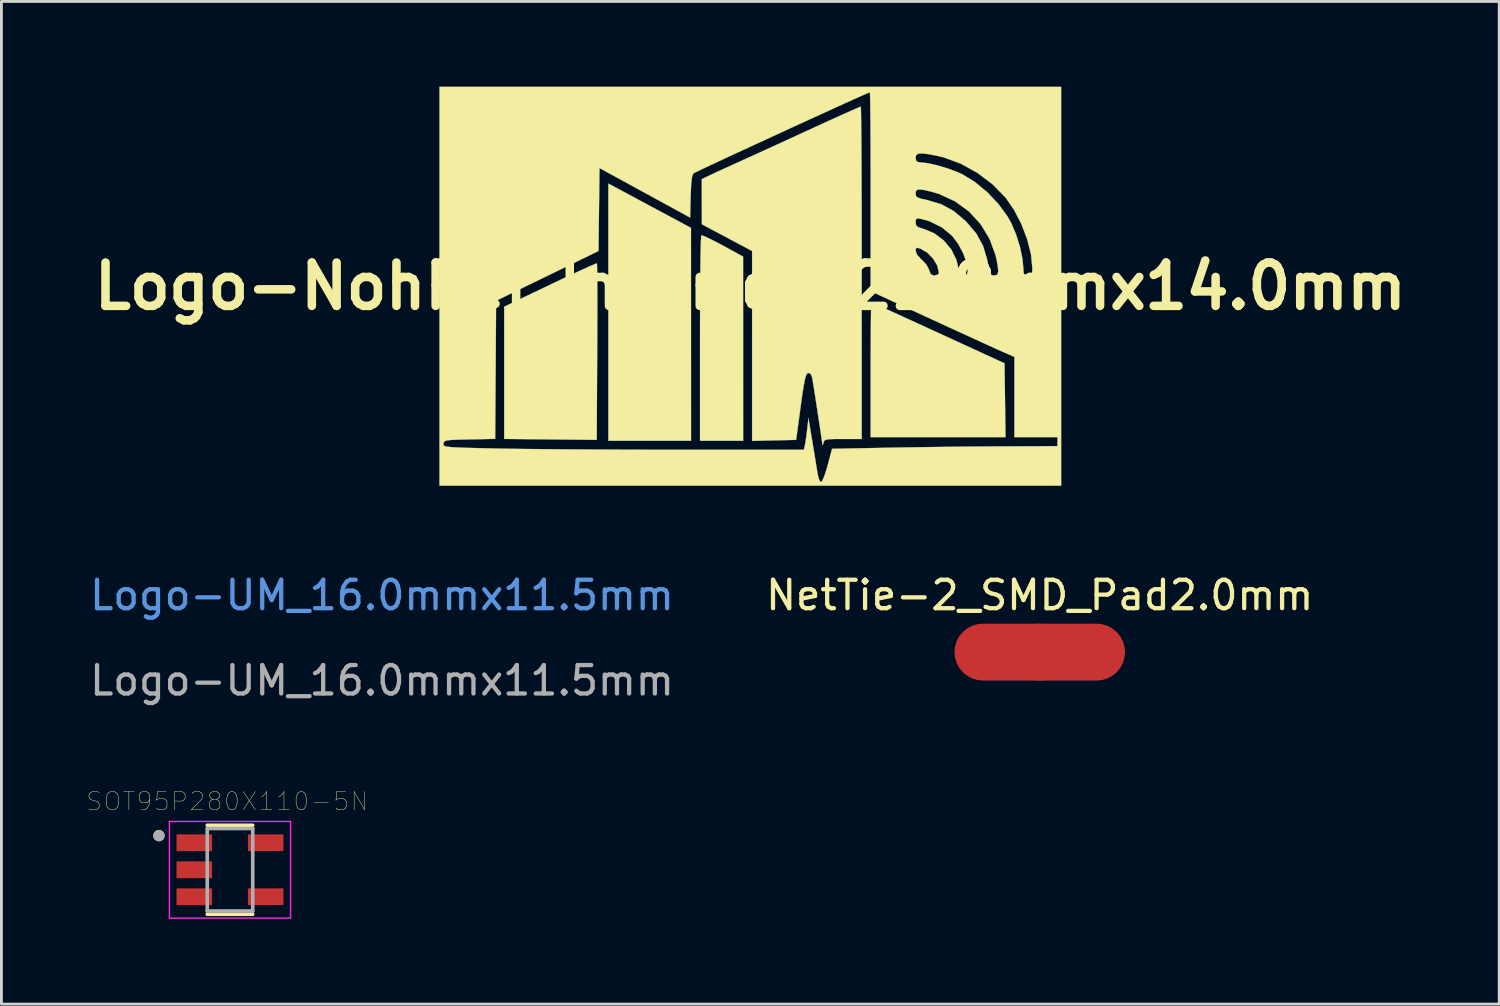
<source format=kicad_pcb>
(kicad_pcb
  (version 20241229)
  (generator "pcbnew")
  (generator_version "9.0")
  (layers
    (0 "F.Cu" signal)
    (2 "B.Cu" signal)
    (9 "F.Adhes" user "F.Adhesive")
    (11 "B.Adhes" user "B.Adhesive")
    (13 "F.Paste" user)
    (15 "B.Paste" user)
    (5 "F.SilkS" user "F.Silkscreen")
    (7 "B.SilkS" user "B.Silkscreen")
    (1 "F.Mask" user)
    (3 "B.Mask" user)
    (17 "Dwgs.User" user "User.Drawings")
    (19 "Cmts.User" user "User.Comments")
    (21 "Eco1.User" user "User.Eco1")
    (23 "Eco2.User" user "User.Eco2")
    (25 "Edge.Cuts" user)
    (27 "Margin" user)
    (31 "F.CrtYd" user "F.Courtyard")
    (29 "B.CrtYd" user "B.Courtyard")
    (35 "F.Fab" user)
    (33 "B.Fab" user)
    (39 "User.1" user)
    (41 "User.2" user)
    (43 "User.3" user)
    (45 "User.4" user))
  (footprint "NetTie-2_SMD_Pad2.0mm"
    (layer "F.Cu")
    (at 33.518 19.885)
    (property "Reference" "NetTie-2_SMD_Pad2.0mm" (at 0 -2 0) (layer "F.SilkS") (effects (font (size 1 1) (thickness 0.15))))
    (attr exclude_from_pos_files exclude_from_bom allow_missing_courtyard)
    (pad "1" smd roundrect (at -2 0) (size 4 2) (drill (offset 1 0)) (layers "F.Cu") (roundrect_rratio 0.5))
    (pad "2" smd roundrect (at 2 0) (size 4 2) (drill (offset -1 0)) (layers "F.Cu") (roundrect_rratio 0.5)))
  (footprint "Logo-UM_16.0mmx11.5mm"
    (layer "F.Cu")
    (at 10.387 18.385)
    (property "Reference" "Logo-UM_16.0mmx11.5mm" (at 0 -0.5 0) (unlocked yes) (layer "Cmts.User") (effects (font (size 1 1) (thickness 0.15))))
    (fp_text user "${REFERENCE}" (at 0 2.5 0) (unlocked yes) (layer "F.Fab") (effects (font (size 1 1) (thickness 0.15)))))
  (footprint "Logo-NohPei_Inverted_21.9mmx14.0mm"
    (layer "F.Cu")
    (at 23.339 7.018)
    (property "Reference" "Logo-NohPei_Inverted_21.9mmx14.0mm" (at 0 0 0) (layer "F.SilkS") (effects (font (size 1.524 1.524) (thickness 0.3))))
    (attr through_hole)
    (fp_poly (pts (xy -4.247 -3.212) (xy -3.88 -3.014) (xy -3.466 -2.792) (xy -3.063 -2.576) (xy -2.795 -2.433) (xy -2.087 -2.053) (xy -2.086 1.69) (xy -2.085 5.434) (xy -4.992 5.434) (xy -4.992 -3.611) (xy -4.247 -3.212)) (stroke (width 0.01) (type solid)) (fill yes) (layer "F.SilkS"))
    (fp_poly (pts (xy -1.652 -1.773) (xy -1.494 -1.703) (xy -1.271 -1.593) (xy -1.004 -1.453) (xy -0.964 -1.431) (xy -0.254 -1.043) (xy -0.253 5.434) (xy -1.769 5.434) (xy -1.769 1.836) (xy -1.768 1.174) (xy -1.766 0.55) (xy -1.762 -0.024) (xy -1.757 -0.537) (xy -1.751 -0.977) (xy -1.744 -1.334) (xy -1.737 -1.596) (xy -1.728 -1.751) (xy -1.722 -1.79) (xy -1.652 -1.773)) (stroke (width 0.01) (type solid)) (fill yes) (layer "F.SilkS"))
    (fp_poly (pts (xy -5.395 -0.804) (xy -5.391 -0.738) (xy -5.387 -0.557) (xy -5.384 -0.275) (xy -5.382 0.098) (xy -5.381 0.547) (xy -5.381 1.062) (xy -5.383 1.63) (xy -5.385 2.238) (xy -5.386 2.312) (xy -5.402 5.402) (xy -7.029 5.385) (xy -8.656 5.369) (xy -8.656 0.719) (xy -7.039 -0.055) (xy -6.621 -0.254) (xy -6.242 -0.432) (xy -5.916 -0.582) (xy -5.657 -0.699) (xy -5.479 -0.775) (xy -5.399 -0.804) (xy -5.395 -0.804)) (stroke (width 0.01) (type solid)) (fill yes) (layer "F.SilkS"))
    (fp_poly (pts (xy 4.319 0.594) (xy 4.482 0.667) (xy 4.736 0.782) (xy 5.068 0.933) (xy 5.465 1.114) (xy 5.916 1.321) (xy 6.409 1.547) (xy 6.612 1.64) (xy 8.941 2.711) (xy 8.958 4.009) (xy 8.975 5.307) (xy 4.233 5.307) (xy 4.233 2.938) (xy 4.234 2.405) (xy 4.236 1.914) (xy 4.239 1.478) (xy 4.242 1.112) (xy 4.247 0.83) (xy 4.252 0.644) (xy 4.257 0.569) (xy 4.258 0.569) (xy 4.319 0.594)) (stroke (width 0.01) (type solid)) (fill yes) (layer "F.SilkS"))
    (fp_poly (pts (xy 3.889 -6.257) (xy 3.894 -6.077) (xy 3.898 -5.789) (xy 3.902 -5.401) (xy 3.906 -4.922) (xy 3.909 -4.36) (xy 3.912 -3.725) (xy 3.914 -3.025) (xy 3.916 -2.269) (xy 3.917 -1.466) (xy 3.917 -0.624) (xy 3.917 -0.474) (xy 3.917 5.371) (xy 3.258 5.371) (xy 2.964 5.372) (xy 2.772 5.379) (xy 2.659 5.398) (xy 2.602 5.432) (xy 2.578 5.487) (xy 2.572 5.513) (xy 2.549 5.591) (xy 2.536 5.572) (xy 2.521 5.455) (xy 2.49 5.241) (xy 2.448 4.956) (xy 2.398 4.627) (xy 2.345 4.28) (xy 2.293 3.941) (xy 2.245 3.636) (xy 2.206 3.393) (xy 2.18 3.237) (xy 2.174 3.203) (xy 2.115 3.069) (xy 2.032 3.046) (xy 1.991 3.073) (xy 1.954 3.149) (xy 1.916 3.29) (xy 1.875 3.509) (xy 1.826 3.824) (xy 1.769 4.234) (xy 1.611 5.402) (xy 0.063 5.438) (xy 0.063 -1.239) (xy -1.704 -2.18) (xy -1.706 -3.768) (xy -1.469 -3.882) (xy -1.333 -3.947) (xy -1.106 -4.051) (xy -0.814 -4.185) (xy -0.48 -4.338) (xy -0.221 -4.455) (xy 0.148 -4.622) (xy 0.514 -4.789) (xy 0.846 -4.94) (xy 1.112 -5.062) (xy 1.232 -5.117) (xy 1.685 -5.327) (xy 2.133 -5.532) (xy 2.56 -5.728) (xy 2.952 -5.906) (xy 3.294 -6.061) (xy 3.572 -6.185) (xy 3.77 -6.272) (xy 3.873 -6.315) (xy 3.885 -6.318) (xy 3.889 -6.257)) (stroke (width 0.01) (type solid)) (fill yes) (layer "F.SilkS"))
    (fp_poly (pts (xy 10.931 7.013) (xy -10.931 7.013) (xy -10.931 5.572) (xy -10.794 5.572) (xy -10.781 5.601) (xy -10.739 5.625) (xy -10.654 5.644) (xy -10.515 5.658) (xy -10.307 5.67) (xy -10.018 5.681) (xy -9.634 5.691) (xy -9.142 5.703) (xy -8.902 5.708) (xy -8.501 5.715) (xy -7.991 5.722) (xy -7.388 5.728) (xy -6.709 5.734) (xy -5.971 5.739) (xy -5.191 5.743) (xy -4.384 5.747) (xy -3.569 5.749) (xy -2.762 5.75) (xy -2.556 5.75) (xy 1.882 5.75) (xy 1.916 5.608) (xy 1.942 5.471) (xy 1.972 5.258) (xy 1.998 5.055) (xy 2.044 4.644) (xy 2.182 5.465) (xy 2.238 5.804) (xy 2.291 6.127) (xy 2.335 6.398) (xy 2.363 6.581) (xy 2.364 6.587) (xy 2.406 6.767) (xy 2.46 6.873) (xy 2.486 6.887) (xy 2.536 6.829) (xy 2.604 6.672) (xy 2.681 6.438) (xy 2.719 6.303) (xy 2.875 5.718) (xy 4.834 5.679) (xy 5.448 5.668) (xy 6.145 5.658) (xy 6.883 5.648) (xy 7.619 5.64) (xy 8.31 5.635) (xy 8.798 5.632) (xy 10.804 5.623) (xy 10.804 5.307) (xy 9.288 5.307) (xy 9.288 2.485) (xy 8.925 2.327) (xy 8.784 2.264) (xy 8.545 2.156) (xy 8.221 2.008) (xy 7.829 1.829) (xy 7.385 1.625) (xy 6.903 1.404) (xy 6.399 1.172) (xy 6.397 1.171) (xy 4.233 0.173) (xy 4.233 -1.246) (xy 5.813 -1.246) (xy 5.866 -1.107) (xy 6.005 -0.953) (xy 6.029 -0.934) (xy 6.181 -0.774) (xy 6.278 -0.601) (xy 6.286 -0.57) (xy 6.342 -0.429) (xy 6.445 -0.381) (xy 6.481 -0.379) (xy 6.605 -0.414) (xy 6.634 -0.476) (xy 6.579 -0.719) (xy 6.434 -0.966) (xy 6.227 -1.179) (xy 5.987 -1.321) (xy 5.987 -1.321) (xy 5.864 -1.357) (xy 5.819 -1.323) (xy 5.813 -1.246) (xy 4.233 -1.246) (xy 4.233 -2.249) (xy 5.813 -2.249) (xy 5.83 -2.144) (xy 5.904 -2.077) (xy 6.066 -2.023) (xy 6.099 -2.015) (xy 6.472 -1.861) (xy 6.804 -1.611) (xy 7.071 -1.29) (xy 7.249 -0.925) (xy 7.305 -0.684) (xy 7.337 -0.499) (xy 7.383 -0.408) (xy 7.462 -0.38) (xy 7.495 -0.379) (xy 7.603 -0.402) (xy 7.642 -0.494) (xy 7.645 -0.566) (xy 7.602 -0.844) (xy 7.486 -1.164) (xy 7.317 -1.482) (xy 7.115 -1.755) (xy 7.097 -1.775) (xy 6.736 -2.073) (xy 6.301 -2.287) (xy 6.018 -2.368) (xy 5.879 -2.388) (xy 5.823 -2.352) (xy 5.813 -2.249) (xy 4.233 -2.249) (xy 4.233 -3.262) (xy 5.813 -3.262) (xy 5.826 -3.177) (xy 5.886 -3.12) (xy 6.019 -3.075) (xy 6.206 -3.035) (xy 6.707 -2.888) (xy 7.153 -2.646) (xy 7.572 -2.294) (xy 7.587 -2.28) (xy 7.941 -1.863) (xy 8.185 -1.42) (xy 8.335 -0.92) (xy 8.353 -0.824) (xy 8.397 -0.591) (xy 8.438 -0.457) (xy 8.489 -0.395) (xy 8.563 -0.379) (xy 8.574 -0.379) (xy 8.682 -0.405) (xy 8.718 -0.506) (xy 8.719 -0.555) (xy 8.703 -0.715) (xy 8.662 -0.937) (xy 8.625 -1.094) (xy 8.411 -1.675) (xy 8.094 -2.193) (xy 7.686 -2.635) (xy 7.198 -2.989) (xy 6.643 -3.245) (xy 6.411 -3.315) (xy 6.135 -3.382) (xy 5.958 -3.407) (xy 5.86 -3.39) (xy 5.819 -3.328) (xy 5.813 -3.262) (xy 4.233 -3.262) (xy 4.233 -3.325) (xy 4.233 -3.977) (xy 4.231 -4.518) (xy 5.813 -4.518) (xy 5.841 -4.396) (xy 5.944 -4.359) (xy 5.955 -4.359) (xy 6.23 -4.33) (xy 6.573 -4.254) (xy 6.942 -4.144) (xy 7.294 -4.012) (xy 7.456 -3.939) (xy 7.898 -3.668) (xy 8.333 -3.308) (xy 8.729 -2.889) (xy 9.052 -2.446) (xy 9.183 -2.211) (xy 9.354 -1.804) (xy 9.489 -1.363) (xy 9.576 -0.936) (xy 9.603 -0.616) (xy 9.614 -0.46) (xy 9.661 -0.393) (xy 9.762 -0.379) (xy 9.861 -0.392) (xy 9.907 -0.453) (xy 9.919 -0.597) (xy 9.919 -0.648) (xy 9.871 -1.126) (xy 9.739 -1.649) (xy 9.539 -2.177) (xy 9.283 -2.675) (xy 8.988 -3.105) (xy 8.969 -3.128) (xy 8.519 -3.587) (xy 7.989 -3.987) (xy 7.412 -4.307) (xy 6.817 -4.528) (xy 6.603 -4.581) (xy 6.273 -4.645) (xy 6.048 -4.673) (xy 5.908 -4.665) (xy 5.836 -4.618) (xy 5.813 -4.531) (xy 5.813 -4.518) (xy 4.231 -4.518) (xy 4.231 -4.589) (xy 4.229 -5.151) (xy 4.226 -5.65) (xy 4.222 -6.076) (xy 4.218 -6.417) (xy 4.213 -6.661) (xy 4.207 -6.798) (xy 4.204 -6.824) (xy 4.138 -6.798) (xy 3.971 -6.725) (xy 3.716 -6.611) (xy 3.384 -6.461) (xy 2.989 -6.282) (xy 2.545 -6.079) (xy 2.063 -5.859) (xy 1.556 -5.627) (xy 1.039 -5.389) (xy 0.523 -5.151) (xy 0.021 -4.92) (xy -0.453 -4.7) (xy -0.888 -4.499) (xy -1.269 -4.321) (xy -1.584 -4.173) (xy -1.82 -4.061) (xy -1.964 -3.991) (xy -2.004 -3.969) (xy -2.045 -3.869) (xy -2.075 -3.647) (xy -2.095 -3.306) (xy -2.099 -3.161) (xy -2.117 -2.416) (xy -3.711 -3.287) (xy -5.305 -4.158) (xy -5.322 -2.699) (xy -5.339 -1.24) (xy -7.14 -0.366) (xy -8.941 0.508) (xy -8.957 2.938) (xy -8.974 5.367) (xy -9.873 5.385) (xy -10.227 5.393) (xy -10.474 5.402) (xy -10.634 5.417) (xy -10.727 5.439) (xy -10.772 5.473) (xy -10.79 5.521) (xy -10.792 5.534) (xy -10.794 5.572) (xy -10.931 5.572) (xy -10.931 -7.013) (xy 10.931 -7.013) (xy 10.931 7.013)) (stroke (width 0.01) (type solid)) (fill yes) (layer "F.SilkS")))
  (footprint "SOT95P280X110-5N"
    (layer "F.Cu")
    (at 5.039 27.54)
    (property "Reference" "SOT95P280X110-5N" (at -0.098 -2.406 0) (layer "F.SilkS") (effects (font (size 0.64 0.64) (thickness 0.015))))
    (attr through_hole)
    (fp_line (start -0.8 -1.565) (end 0.8 -1.565) (stroke (width 0.127) (type solid)) (layer "F.SilkS"))
    (fp_line (start -0.8 1.565) (end 0.8 1.565) (stroke (width 0.127) (type solid)) (layer "F.SilkS"))
    (fp_circle (center -2.5 -1.2) (end -2.4 -1.2) (stroke (width 0.2) (type solid)) (fill no) (layer "F.SilkS"))
    (fp_line (start -2.13 -1.7) (end 2.13 -1.7) (stroke (width 0.05) (type solid)) (layer "F.CrtYd"))
    (fp_line (start -2.13 1.7) (end -2.13 -1.7) (stroke (width 0.05) (type solid)) (layer "F.CrtYd"))
    (fp_line (start 2.13 -1.7) (end 2.13 1.7) (stroke (width 0.05) (type solid)) (layer "F.CrtYd"))
    (fp_line (start 2.13 1.7) (end -2.13 1.7) (stroke (width 0.05) (type solid)) (layer "F.CrtYd"))
    (fp_line (start -0.8 -1.45) (end 0.8 -1.45) (stroke (width 0.127) (type solid)) (layer "F.Fab"))
    (fp_line (start -0.8 1.45) (end -0.8 -1.45) (stroke (width 0.127) (type solid)) (layer "F.Fab"))
    (fp_line (start 0.8 -1.45) (end 0.8 1.45) (stroke (width 0.127) (type solid)) (layer "F.Fab"))
    (fp_line (start 0.8 1.45) (end -0.8 1.45) (stroke (width 0.127) (type solid)) (layer "F.Fab"))
    (fp_circle (center -2.5 -1.2) (end -2.4 -1.2) (stroke (width 0.2) (type solid)) (fill no) (layer "F.Fab"))
    (pad "1" smd rect (at -1.255 -0.95) (size 1.25 0.59) (layers "F.Cu" "F.Mask" "F.Paste"))
    (pad "2" smd rect (at -1.255 0) (size 1.25 0.59) (layers "F.Cu" "F.Mask" "F.Paste"))
    (pad "3" smd rect (at -1.255 0.95) (size 1.25 0.59) (layers "F.Cu" "F.Mask" "F.Paste"))
    (pad "4" smd rect (at 1.255 0.95) (size 1.25 0.59) (layers "F.Cu" "F.Mask" "F.Paste"))
    (pad "5" smd rect (at 1.255 -0.95) (size 1.25 0.59) (layers "F.Cu" "F.Mask" "F.Paste")))
  (gr_rect
    (start -3 -3)
    (end 49.678 32.265)
    (stroke (width 0.1) (type default))
    (fill no)
    (layer "Edge.Cuts")))
</source>
